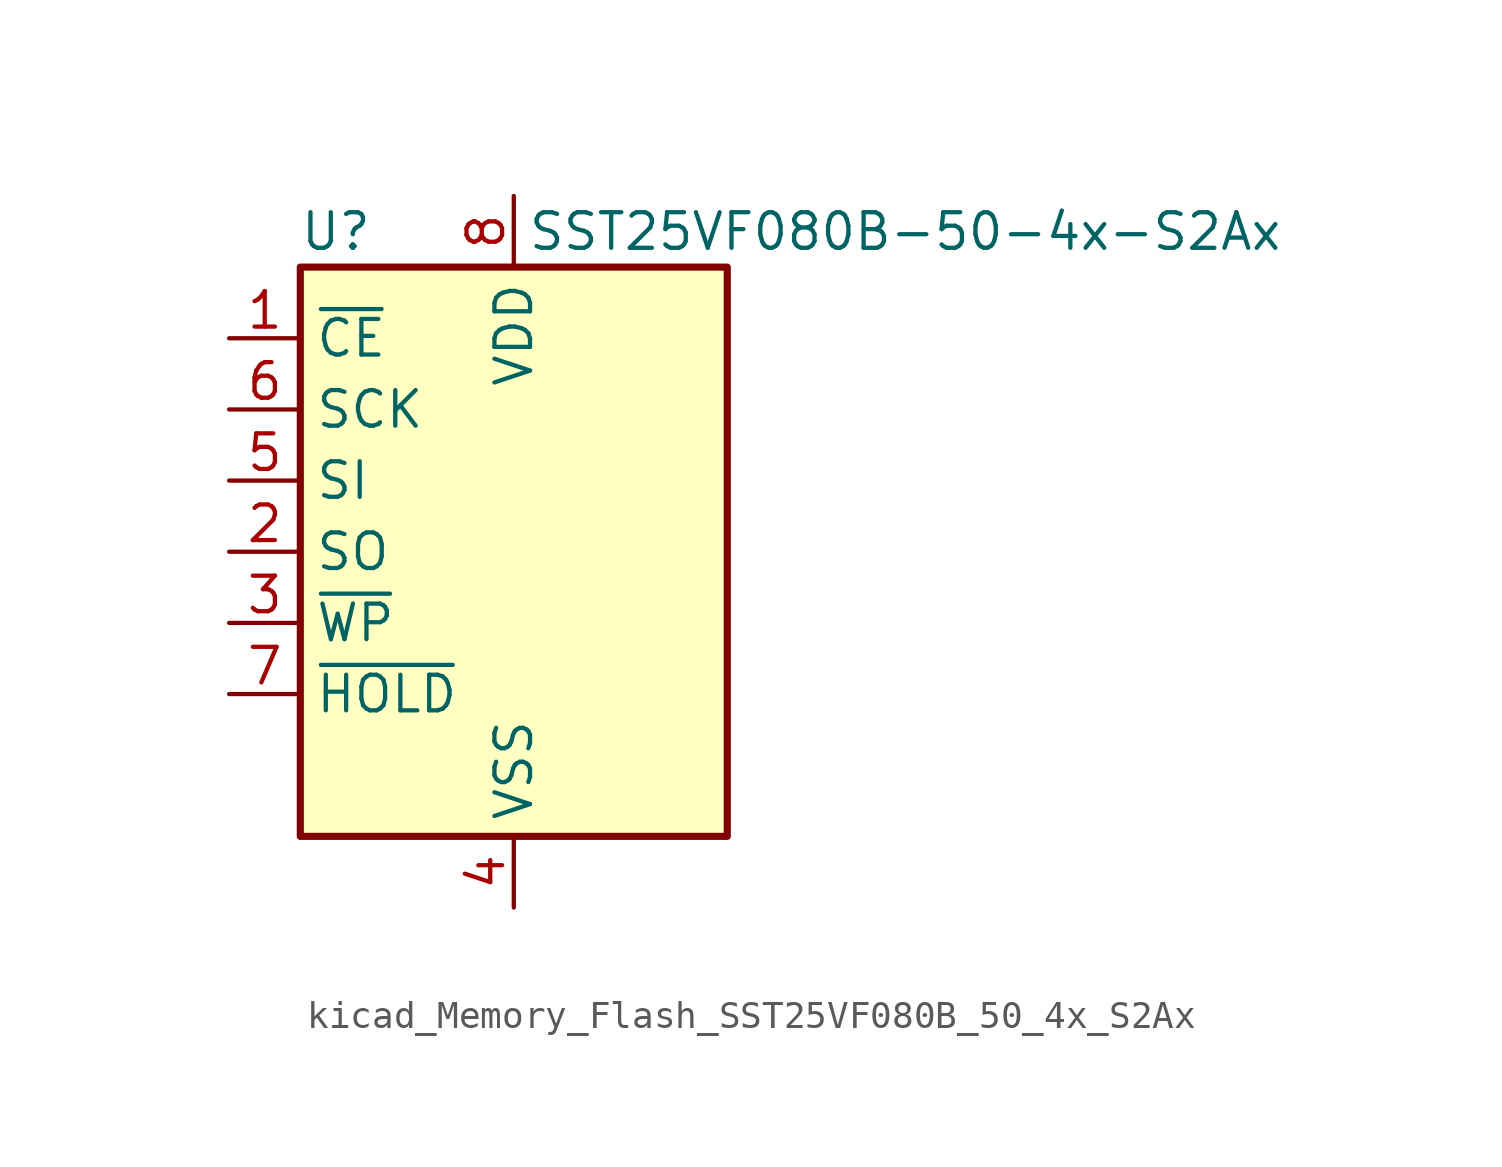
<source format=kicad_sym>
(kicad_symbol_lib
  (version 20220914)
  (generator kicad_symbol_editor)
  (symbol "kicad_Memory_Flash_SST25VF080B_50_4x_S2Ax"
    (property "Reference" "U"
      (at -6.35 11.43 0)
      (effects (font (size 1.27 1.27))))
    (property "Value" "SST25VF080B-50-4x-S2Ax"
      (at 13.97 11.43 0)
      (effects (font (size 1.27 1.27))))
    (symbol "kicad_Memory_Flash_SST25VF080B_50_4x_S2Ax_0_1"
      (rectangle (start -7.62 10.16) (end 7.62 -10.16) (stroke (width 0.254) (type default)) (fill (type background))))
    (symbol "kicad_Memory_Flash_SST25VF080B_50_4x_S2Ax_1_1"
      (pin input line (at -10.16 7.62 0) (length 2.54) (name "~{CE}" (effects (font (size 1.27 1.27)))) (number "1" (effects (font (size 1.27 1.27)))))
      (pin output line (at -10.16 0 0) (length 2.54) (name "SO" (effects (font (size 1.27 1.27)))) (number "2" (effects (font (size 1.27 1.27)))))
      (pin input line (at -10.16 -2.54 0) (length 2.54) (name "~{WP}" (effects (font (size 1.27 1.27)))) (number "3" (effects (font (size 1.27 1.27)))))
      (pin power_in line (at 0 -12.7 90) (length 2.54) (name "VSS" (effects (font (size 1.27 1.27)))) (number "4" (effects (font (size 1.27 1.27)))))
      (pin input line (at -10.16 2.54 0) (length 2.54) (name "SI" (effects (font (size 1.27 1.27)))) (number "5" (effects (font (size 1.27 1.27)))))
      (pin input line (at -10.16 5.08 0) (length 2.54) (name "SCK" (effects (font (size 1.27 1.27)))) (number "6" (effects (font (size 1.27 1.27)))))
      (pin input line (at -10.16 -5.08 0) (length 2.54) (name "~{HOLD}" (effects (font (size 1.27 1.27)))) (number "7" (effects (font (size 1.27 1.27)))))
      (pin power_in line (at 0 12.7 270) (length 2.54) (name "VDD" (effects (font (size 1.27 1.27)))) (number "8" (effects (font (size 1.27 1.27))))))))
</source>
